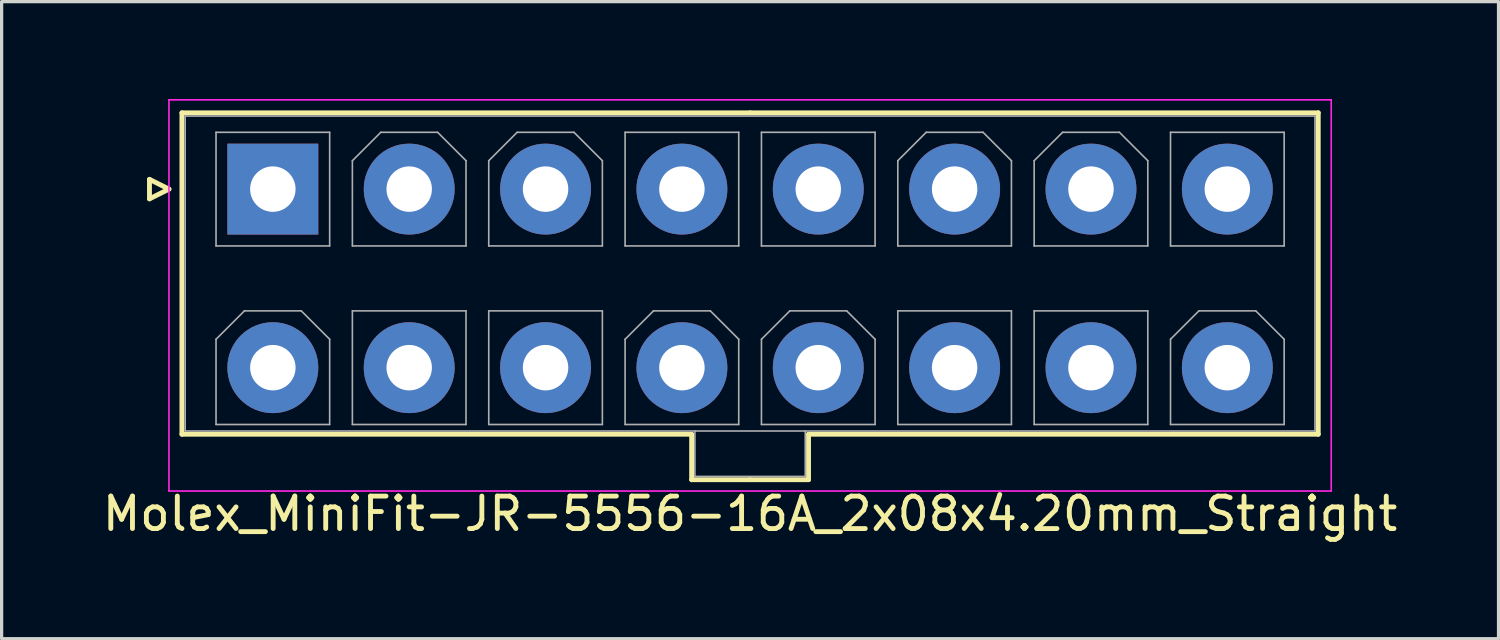
<source format=kicad_pcb>
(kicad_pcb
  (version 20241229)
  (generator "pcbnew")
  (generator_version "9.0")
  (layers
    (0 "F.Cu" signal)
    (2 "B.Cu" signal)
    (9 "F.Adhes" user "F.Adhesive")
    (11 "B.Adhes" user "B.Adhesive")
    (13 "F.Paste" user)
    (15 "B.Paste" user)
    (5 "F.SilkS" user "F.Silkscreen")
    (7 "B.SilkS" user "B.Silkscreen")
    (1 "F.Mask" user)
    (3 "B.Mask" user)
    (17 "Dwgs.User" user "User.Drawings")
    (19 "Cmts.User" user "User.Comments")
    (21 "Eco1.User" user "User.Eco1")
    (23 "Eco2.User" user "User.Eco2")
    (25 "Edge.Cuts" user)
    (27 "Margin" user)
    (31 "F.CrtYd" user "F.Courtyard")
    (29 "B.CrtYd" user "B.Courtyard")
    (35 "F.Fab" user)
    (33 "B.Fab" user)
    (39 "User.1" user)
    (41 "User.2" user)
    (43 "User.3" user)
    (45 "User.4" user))
  (footprint "Molex_MiniFit-JR-5556-16A_2x08x4.20mm_Straight"
    (layer "F.Cu")
    (at 5.354 2.775)
    (property "Reference" "Molex_MiniFit-JR-5556-16A_2x08x4.20mm_Straight" (at 14.7 10 0) (layer "F.SilkS") (effects (font (size 1 1) (thickness 0.15))))
    (attr through_hole)
    (fp_line (start -3.8 -0.3) (end -3.2 0) (stroke (width 0.15) (type solid)) (layer "F.SilkS"))
    (fp_line (start -3.8 0.3) (end -3.8 -0.3) (stroke (width 0.15) (type solid)) (layer "F.SilkS"))
    (fp_line (start -3.2 0) (end -3.8 0.3) (stroke (width 0.15) (type solid)) (layer "F.SilkS"))
    (fp_line (start -2.8 -2.35) (end -2.8 7.55) (stroke (width 0.15) (type solid)) (layer "F.SilkS"))
    (fp_line (start -2.8 7.55) (end 12.9 7.55) (stroke (width 0.15) (type solid)) (layer "F.SilkS"))
    (fp_line (start 12.9 7.55) (end 12.9 8.95) (stroke (width 0.15) (type solid)) (layer "F.SilkS"))
    (fp_line (start 12.9 8.95) (end 14.7 8.95) (stroke (width 0.15) (type solid)) (layer "F.SilkS"))
    (fp_line (start 14.7 -2.35) (end -2.8 -2.35) (stroke (width 0.15) (type solid)) (layer "F.SilkS"))
    (fp_line (start 14.7 -2.35) (end 32.2 -2.35) (stroke (width 0.15) (type solid)) (layer "F.SilkS"))
    (fp_line (start 16.5 7.55) (end 16.5 8.95) (stroke (width 0.15) (type solid)) (layer "F.SilkS"))
    (fp_line (start 16.5 8.95) (end 14.7 8.95) (stroke (width 0.15) (type solid)) (layer "F.SilkS"))
    (fp_line (start 32.2 -2.35) (end 32.2 7.55) (stroke (width 0.15) (type solid)) (layer "F.SilkS"))
    (fp_line (start 32.2 7.55) (end 16.5 7.55) (stroke (width 0.15) (type solid)) (layer "F.SilkS"))
    (fp_line (start -3.2 -2.75) (end -3.2 9.3) (stroke (width 0.05) (type solid)) (layer "F.CrtYd"))
    (fp_line (start -3.2 9.3) (end 32.6 9.3) (stroke (width 0.05) (type solid)) (layer "F.CrtYd"))
    (fp_line (start 32.6 -2.75) (end -3.2 -2.75) (stroke (width 0.05) (type solid)) (layer "F.CrtYd"))
    (fp_line (start 32.6 9.3) (end 32.6 -2.75) (stroke (width 0.05) (type solid)) (layer "F.CrtYd"))
    (fp_line (start -2.7 -2.25) (end -2.7 7.45) (stroke (width 0.05) (type solid)) (layer "F.Fab"))
    (fp_line (start -2.7 7.45) (end 32.1 7.45) (stroke (width 0.05) (type solid)) (layer "F.Fab"))
    (fp_line (start -1.75 -1.75) (end -1.75 1.75) (stroke (width 0.05) (type solid)) (layer "F.Fab"))
    (fp_line (start -1.75 1.75) (end 1.75 1.75) (stroke (width 0.05) (type solid)) (layer "F.Fab"))
    (fp_line (start -1.75 4.625) (end -0.875 3.75) (stroke (width 0.05) (type solid)) (layer "F.Fab"))
    (fp_line (start -1.75 7.25) (end -1.75 4.625) (stroke (width 0.05) (type solid)) (layer "F.Fab"))
    (fp_line (start -0.875 3.75) (end 0.875 3.75) (stroke (width 0.05) (type solid)) (layer "F.Fab"))
    (fp_line (start 0.875 3.75) (end 1.75 4.625) (stroke (width 0.05) (type solid)) (layer "F.Fab"))
    (fp_line (start 1.75 -1.75) (end -1.75 -1.75) (stroke (width 0.05) (type solid)) (layer "F.Fab"))
    (fp_line (start 1.75 1.75) (end 1.75 -1.75) (stroke (width 0.05) (type solid)) (layer "F.Fab"))
    (fp_line (start 1.75 4.625) (end 1.75 7.25) (stroke (width 0.05) (type solid)) (layer "F.Fab"))
    (fp_line (start 1.75 7.25) (end -1.75 7.25) (stroke (width 0.05) (type solid)) (layer "F.Fab"))
    (fp_line (start 2.45 -0.875) (end 3.325 -1.75) (stroke (width 0.05) (type solid)) (layer "F.Fab"))
    (fp_line (start 2.45 1.75) (end 2.45 -0.875) (stroke (width 0.05) (type solid)) (layer "F.Fab"))
    (fp_line (start 2.45 3.75) (end 2.45 7.25) (stroke (width 0.05) (type solid)) (layer "F.Fab"))
    (fp_line (start 2.45 7.25) (end 5.95 7.25) (stroke (width 0.05) (type solid)) (layer "F.Fab"))
    (fp_line (start 3.325 -1.75) (end 5.075 -1.75) (stroke (width 0.05) (type solid)) (layer "F.Fab"))
    (fp_line (start 5.075 -1.75) (end 5.95 -0.875) (stroke (width 0.05) (type solid)) (layer "F.Fab"))
    (fp_line (start 5.95 -0.875) (end 5.95 1.75) (stroke (width 0.05) (type solid)) (layer "F.Fab"))
    (fp_line (start 5.95 1.75) (end 2.45 1.75) (stroke (width 0.05) (type solid)) (layer "F.Fab"))
    (fp_line (start 5.95 3.75) (end 2.45 3.75) (stroke (width 0.05) (type solid)) (layer "F.Fab"))
    (fp_line (start 5.95 7.25) (end 5.95 3.75) (stroke (width 0.05) (type solid)) (layer "F.Fab"))
    (fp_line (start 6.65 -0.875) (end 7.525 -1.75) (stroke (width 0.05) (type solid)) (layer "F.Fab"))
    (fp_line (start 6.65 1.75) (end 6.65 -0.875) (stroke (width 0.05) (type solid)) (layer "F.Fab"))
    (fp_line (start 6.65 3.75) (end 6.65 7.25) (stroke (width 0.05) (type solid)) (layer "F.Fab"))
    (fp_line (start 6.65 7.25) (end 10.15 7.25) (stroke (width 0.05) (type solid)) (layer "F.Fab"))
    (fp_line (start 7.525 -1.75) (end 9.275 -1.75) (stroke (width 0.05) (type solid)) (layer "F.Fab"))
    (fp_line (start 9.275 -1.75) (end 10.15 -0.875) (stroke (width 0.05) (type solid)) (layer "F.Fab"))
    (fp_line (start 10.15 -0.875) (end 10.15 1.75) (stroke (width 0.05) (type solid)) (layer "F.Fab"))
    (fp_line (start 10.15 1.75) (end 6.65 1.75) (stroke (width 0.05) (type solid)) (layer "F.Fab"))
    (fp_line (start 10.15 3.75) (end 6.65 3.75) (stroke (width 0.05) (type solid)) (layer "F.Fab"))
    (fp_line (start 10.15 7.25) (end 10.15 3.75) (stroke (width 0.05) (type solid)) (layer "F.Fab"))
    (fp_line (start 10.85 -1.75) (end 10.85 1.75) (stroke (width 0.05) (type solid)) (layer "F.Fab"))
    (fp_line (start 10.85 1.75) (end 14.35 1.75) (stroke (width 0.05) (type solid)) (layer "F.Fab"))
    (fp_line (start 10.85 4.625) (end 11.725 3.75) (stroke (width 0.05) (type solid)) (layer "F.Fab"))
    (fp_line (start 10.85 7.25) (end 10.85 4.625) (stroke (width 0.05) (type solid)) (layer "F.Fab"))
    (fp_line (start 11.725 3.75) (end 13.475 3.75) (stroke (width 0.05) (type solid)) (layer "F.Fab"))
    (fp_line (start 13 7.45) (end 13 8.85) (stroke (width 0.05) (type solid)) (layer "F.Fab"))
    (fp_line (start 13 8.85) (end 16.4 8.85) (stroke (width 0.05) (type solid)) (layer "F.Fab"))
    (fp_line (start 13.475 3.75) (end 14.35 4.625) (stroke (width 0.05) (type solid)) (layer "F.Fab"))
    (fp_line (start 14.35 -1.75) (end 10.85 -1.75) (stroke (width 0.05) (type solid)) (layer "F.Fab"))
    (fp_line (start 14.35 1.75) (end 14.35 -1.75) (stroke (width 0.05) (type solid)) (layer "F.Fab"))
    (fp_line (start 14.35 4.625) (end 14.35 7.25) (stroke (width 0.05) (type solid)) (layer "F.Fab"))
    (fp_line (start 14.35 7.25) (end 10.85 7.25) (stroke (width 0.05) (type solid)) (layer "F.Fab"))
    (fp_line (start 15.05 -1.75) (end 15.05 1.75) (stroke (width 0.05) (type solid)) (layer "F.Fab"))
    (fp_line (start 15.05 1.75) (end 18.55 1.75) (stroke (width 0.05) (type solid)) (layer "F.Fab"))
    (fp_line (start 15.05 4.625) (end 15.925 3.75) (stroke (width 0.05) (type solid)) (layer "F.Fab"))
    (fp_line (start 15.05 7.25) (end 15.05 4.625) (stroke (width 0.05) (type solid)) (layer "F.Fab"))
    (fp_line (start 15.925 3.75) (end 17.675 3.75) (stroke (width 0.05) (type solid)) (layer "F.Fab"))
    (fp_line (start 16.4 8.85) (end 16.4 7.45) (stroke (width 0.05) (type solid)) (layer "F.Fab"))
    (fp_line (start 17.675 3.75) (end 18.55 4.625) (stroke (width 0.05) (type solid)) (layer "F.Fab"))
    (fp_line (start 18.55 -1.75) (end 15.05 -1.75) (stroke (width 0.05) (type solid)) (layer "F.Fab"))
    (fp_line (start 18.55 1.75) (end 18.55 -1.75) (stroke (width 0.05) (type solid)) (layer "F.Fab"))
    (fp_line (start 18.55 4.625) (end 18.55 7.25) (stroke (width 0.05) (type solid)) (layer "F.Fab"))
    (fp_line (start 18.55 7.25) (end 15.05 7.25) (stroke (width 0.05) (type solid)) (layer "F.Fab"))
    (fp_line (start 19.25 -0.875) (end 20.125 -1.75) (stroke (width 0.05) (type solid)) (layer "F.Fab"))
    (fp_line (start 19.25 1.75) (end 19.25 -0.875) (stroke (width 0.05) (type solid)) (layer "F.Fab"))
    (fp_line (start 19.25 3.75) (end 19.25 7.25) (stroke (width 0.05) (type solid)) (layer "F.Fab"))
    (fp_line (start 19.25 7.25) (end 22.75 7.25) (stroke (width 0.05) (type solid)) (layer "F.Fab"))
    (fp_line (start 20.125 -1.75) (end 21.875 -1.75) (stroke (width 0.05) (type solid)) (layer "F.Fab"))
    (fp_line (start 21.875 -1.75) (end 22.75 -0.875) (stroke (width 0.05) (type solid)) (layer "F.Fab"))
    (fp_line (start 22.75 -0.875) (end 22.75 1.75) (stroke (width 0.05) (type solid)) (layer "F.Fab"))
    (fp_line (start 22.75 1.75) (end 19.25 1.75) (stroke (width 0.05) (type solid)) (layer "F.Fab"))
    (fp_line (start 22.75 3.75) (end 19.25 3.75) (stroke (width 0.05) (type solid)) (layer "F.Fab"))
    (fp_line (start 22.75 7.25) (end 22.75 3.75) (stroke (width 0.05) (type solid)) (layer "F.Fab"))
    (fp_line (start 23.45 -0.875) (end 24.325 -1.75) (stroke (width 0.05) (type solid)) (layer "F.Fab"))
    (fp_line (start 23.45 1.75) (end 23.45 -0.875) (stroke (width 0.05) (type solid)) (layer "F.Fab"))
    (fp_line (start 23.45 3.75) (end 23.45 7.25) (stroke (width 0.05) (type solid)) (layer "F.Fab"))
    (fp_line (start 23.45 7.25) (end 26.95 7.25) (stroke (width 0.05) (type solid)) (layer "F.Fab"))
    (fp_line (start 24.325 -1.75) (end 26.075 -1.75) (stroke (width 0.05) (type solid)) (layer "F.Fab"))
    (fp_line (start 26.075 -1.75) (end 26.95 -0.875) (stroke (width 0.05) (type solid)) (layer "F.Fab"))
    (fp_line (start 26.95 -0.875) (end 26.95 1.75) (stroke (width 0.05) (type solid)) (layer "F.Fab"))
    (fp_line (start 26.95 1.75) (end 23.45 1.75) (stroke (width 0.05) (type solid)) (layer "F.Fab"))
    (fp_line (start 26.95 3.75) (end 23.45 3.75) (stroke (width 0.05) (type solid)) (layer "F.Fab"))
    (fp_line (start 26.95 7.25) (end 26.95 3.75) (stroke (width 0.05) (type solid)) (layer "F.Fab"))
    (fp_line (start 27.65 -1.75) (end 27.65 1.75) (stroke (width 0.05) (type solid)) (layer "F.Fab"))
    (fp_line (start 27.65 1.75) (end 31.15 1.75) (stroke (width 0.05) (type solid)) (layer "F.Fab"))
    (fp_line (start 27.65 4.625) (end 28.525 3.75) (stroke (width 0.05) (type solid)) (layer "F.Fab"))
    (fp_line (start 27.65 7.25) (end 27.65 4.625) (stroke (width 0.05) (type solid)) (layer "F.Fab"))
    (fp_line (start 28.525 3.75) (end 30.275 3.75) (stroke (width 0.05) (type solid)) (layer "F.Fab"))
    (fp_line (start 30.275 3.75) (end 31.15 4.625) (stroke (width 0.05) (type solid)) (layer "F.Fab"))
    (fp_line (start 31.15 -1.75) (end 27.65 -1.75) (stroke (width 0.05) (type solid)) (layer "F.Fab"))
    (fp_line (start 31.15 1.75) (end 31.15 -1.75) (stroke (width 0.05) (type solid)) (layer "F.Fab"))
    (fp_line (start 31.15 4.625) (end 31.15 7.25) (stroke (width 0.05) (type solid)) (layer "F.Fab"))
    (fp_line (start 31.15 7.25) (end 27.65 7.25) (stroke (width 0.05) (type solid)) (layer "F.Fab"))
    (fp_line (start 32.1 -2.25) (end -2.7 -2.25) (stroke (width 0.05) (type solid)) (layer "F.Fab"))
    (fp_line (start 32.1 7.45) (end 32.1 -2.25) (stroke (width 0.05) (type solid)) (layer "F.Fab"))
    (pad "1" thru_hole rect (at 0 0) (size 2.8 2.8) (drill 1.4) (layers "*.Cu" "*.Mask"))
    (pad "2" thru_hole circle (at 4.2 0) (size 2.8 2.8) (drill 1.4) (layers "*.Cu" "*.Mask"))
    (pad "3" thru_hole circle (at 8.4 0) (size 2.8 2.8) (drill 1.4) (layers "*.Cu" "*.Mask"))
    (pad "4" thru_hole circle (at 12.6 0) (size 2.8 2.8) (drill 1.4) (layers "*.Cu" "*.Mask"))
    (pad "5" thru_hole circle (at 16.8 0) (size 2.8 2.8) (drill 1.4) (layers "*.Cu" "*.Mask"))
    (pad "6" thru_hole circle (at 21 0) (size 2.8 2.8) (drill 1.4) (layers "*.Cu" "*.Mask"))
    (pad "7" thru_hole circle (at 25.2 0) (size 2.8 2.8) (drill 1.4) (layers "*.Cu" "*.Mask"))
    (pad "8" thru_hole circle (at 29.4 0) (size 2.8 2.8) (drill 1.4) (layers "*.Cu" "*.Mask"))
    (pad "9" thru_hole circle (at 0 5.5) (size 2.8 2.8) (drill 1.4) (layers "*.Cu" "*.Mask"))
    (pad "10" thru_hole circle (at 4.2 5.5) (size 2.8 2.8) (drill 1.4) (layers "*.Cu" "*.Mask"))
    (pad "11" thru_hole circle (at 8.4 5.5) (size 2.8 2.8) (drill 1.4) (layers "*.Cu" "*.Mask"))
    (pad "12" thru_hole circle (at 12.6 5.5) (size 2.8 2.8) (drill 1.4) (layers "*.Cu" "*.Mask"))
    (pad "13" thru_hole circle (at 16.8 5.5) (size 2.8 2.8) (drill 1.4) (layers "*.Cu" "*.Mask"))
    (pad "14" thru_hole circle (at 21 5.5) (size 2.8 2.8) (drill 1.4) (layers "*.Cu" "*.Mask"))
    (pad "15" thru_hole circle (at 25.2 5.5) (size 2.8 2.8) (drill 1.4) (layers "*.Cu" "*.Mask"))
    (pad "16" thru_hole circle (at 29.4 5.5) (size 2.8 2.8) (drill 1.4) (layers "*.Cu" "*.Mask")))
  (gr_rect
    (start -3 -3)
    (end 43.107 16.623)
    (stroke (width 0.1) (type default))
    (fill no)
    (layer "Edge.Cuts")))
</source>
